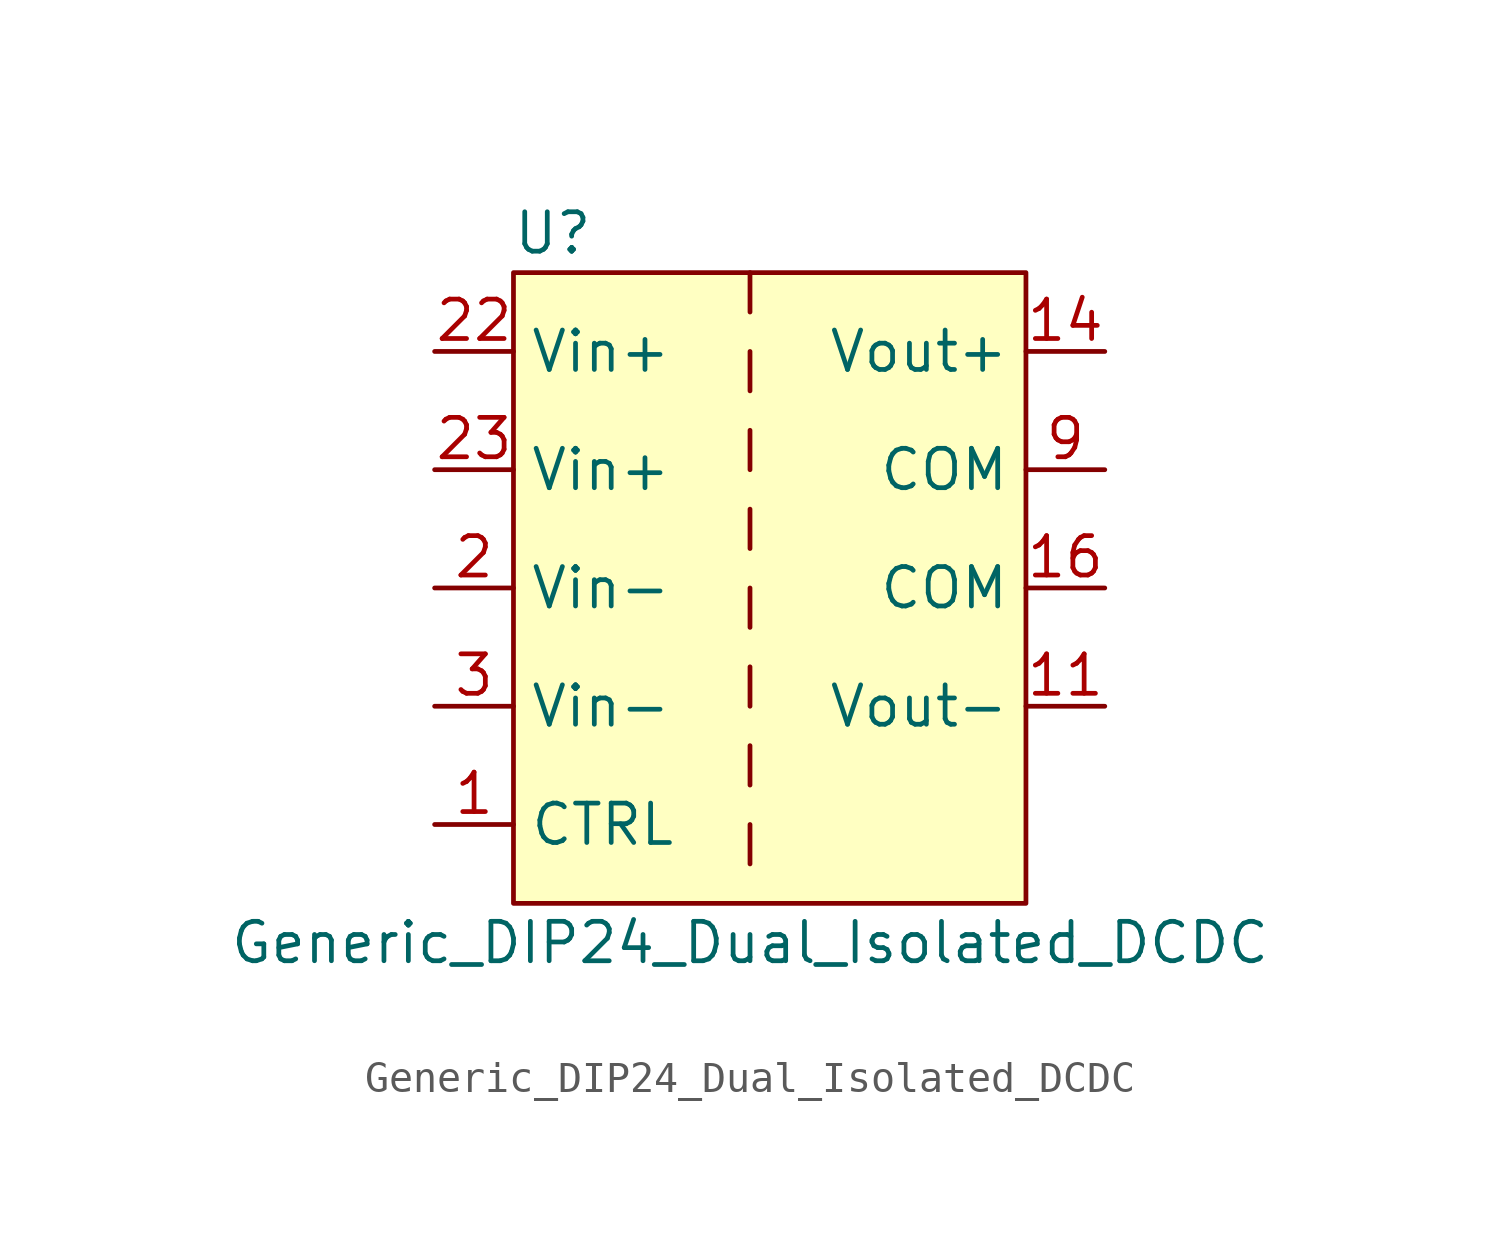
<source format=kicad_sym>
(kicad_symbol_lib
  (version 20211014)
  (generator kicad_symbol_editor)
  (symbol "Generic_DIP24_Dual_Isolated_DCDC"
    (property "Reference" "U"
      (at -6.35 11.43 0)
      (effects (font (size 1.27 1.27))))
    (property "Value" "Generic_DIP24_Dual_Isolated_DCDC"
      (at 0 -11.43 0)
      (effects (font (size 1.27 1.27))))
    (symbol "Generic_DIP24_Dual_Isolated_DCDC_0_1"
      (rectangle (start -7.62 10.16) (end 8.89 -10.16) (stroke (width 0) (type default) (color 0 0 0 0)) (fill (type background)))
      (polyline (pts (xy 0 -7.62) (xy 0 -8.89)) (stroke (width 0) (type default) (color 0 0 0 0)) (fill (type none)))
      (polyline (pts (xy 0 -5.08) (xy 0 -6.35)) (stroke (width 0) (type default) (color 0 0 0 0)) (fill (type none)))
      (polyline (pts (xy 0 -2.54) (xy 0 -3.81)) (stroke (width 0) (type default) (color 0 0 0 0)) (fill (type none)))
      (polyline (pts (xy 0 0) (xy 0 -1.27)) (stroke (width 0) (type default) (color 0 0 0 0)) (fill (type none)))
      (polyline (pts (xy 0 2.54) (xy 0 1.27)) (stroke (width 0) (type default) (color 0 0 0 0)) (fill (type none)))
      (polyline (pts (xy 0 5.08) (xy 0 3.81)) (stroke (width 0) (type default) (color 0 0 0 0)) (fill (type none)))
      (polyline (pts (xy 0 7.62) (xy 0 6.35)) (stroke (width 0) (type default) (color 0 0 0 0)) (fill (type none)))
      (polyline (pts (xy 0 10.16) (xy 0 8.89)) (stroke (width 0) (type default) (color 0 0 0 0)) (fill (type none))))
    (symbol "Generic_DIP24_Dual_Isolated_DCDC_1_1"
      (pin input line (at -10.16 -7.62 0) (length 2.54) (name "CTRL" (effects (font (size 1.27 1.27)))) (number "1" (effects (font (size 1.27 1.27)))))
      (pin power_out line (at 11.43 -3.81 180) (length 2.54) (name "Vout-" (effects (font (size 1.27 1.27)))) (number "11" (effects (font (size 1.27 1.27)))))
      (pin power_out line (at 11.43 7.62 180) (length 2.54) (name "Vout+" (effects (font (size 1.27 1.27)))) (number "14" (effects (font (size 1.27 1.27)))))
      (pin power_in line (at 11.43 0 180) (length 2.54) (name "COM" (effects (font (size 1.27 1.27)))) (number "16" (effects (font (size 1.27 1.27)))))
      (pin power_in line (at -10.16 0 0) (length 2.54) (name "Vin-" (effects (font (size 1.27 1.27)))) (number "2" (effects (font (size 1.27 1.27)))))
      (pin power_in line (at -10.16 7.62 0) (length 2.54) (name "Vin+" (effects (font (size 1.27 1.27)))) (number "22" (effects (font (size 1.27 1.27)))))
      (pin power_in line (at -10.16 3.81 0) (length 2.54) (name "Vin+" (effects (font (size 1.27 1.27)))) (number "23" (effects (font (size 1.27 1.27)))))
      (pin power_in line (at -10.16 -3.81 0) (length 2.54) (name "Vin-" (effects (font (size 1.27 1.27)))) (number "3" (effects (font (size 1.27 1.27)))))
      (pin power_in line (at 11.43 3.81 180) (length 2.54) (name "COM" (effects (font (size 1.27 1.27)))) (number "9" (effects (font (size 1.27 1.27))))))))
</source>
